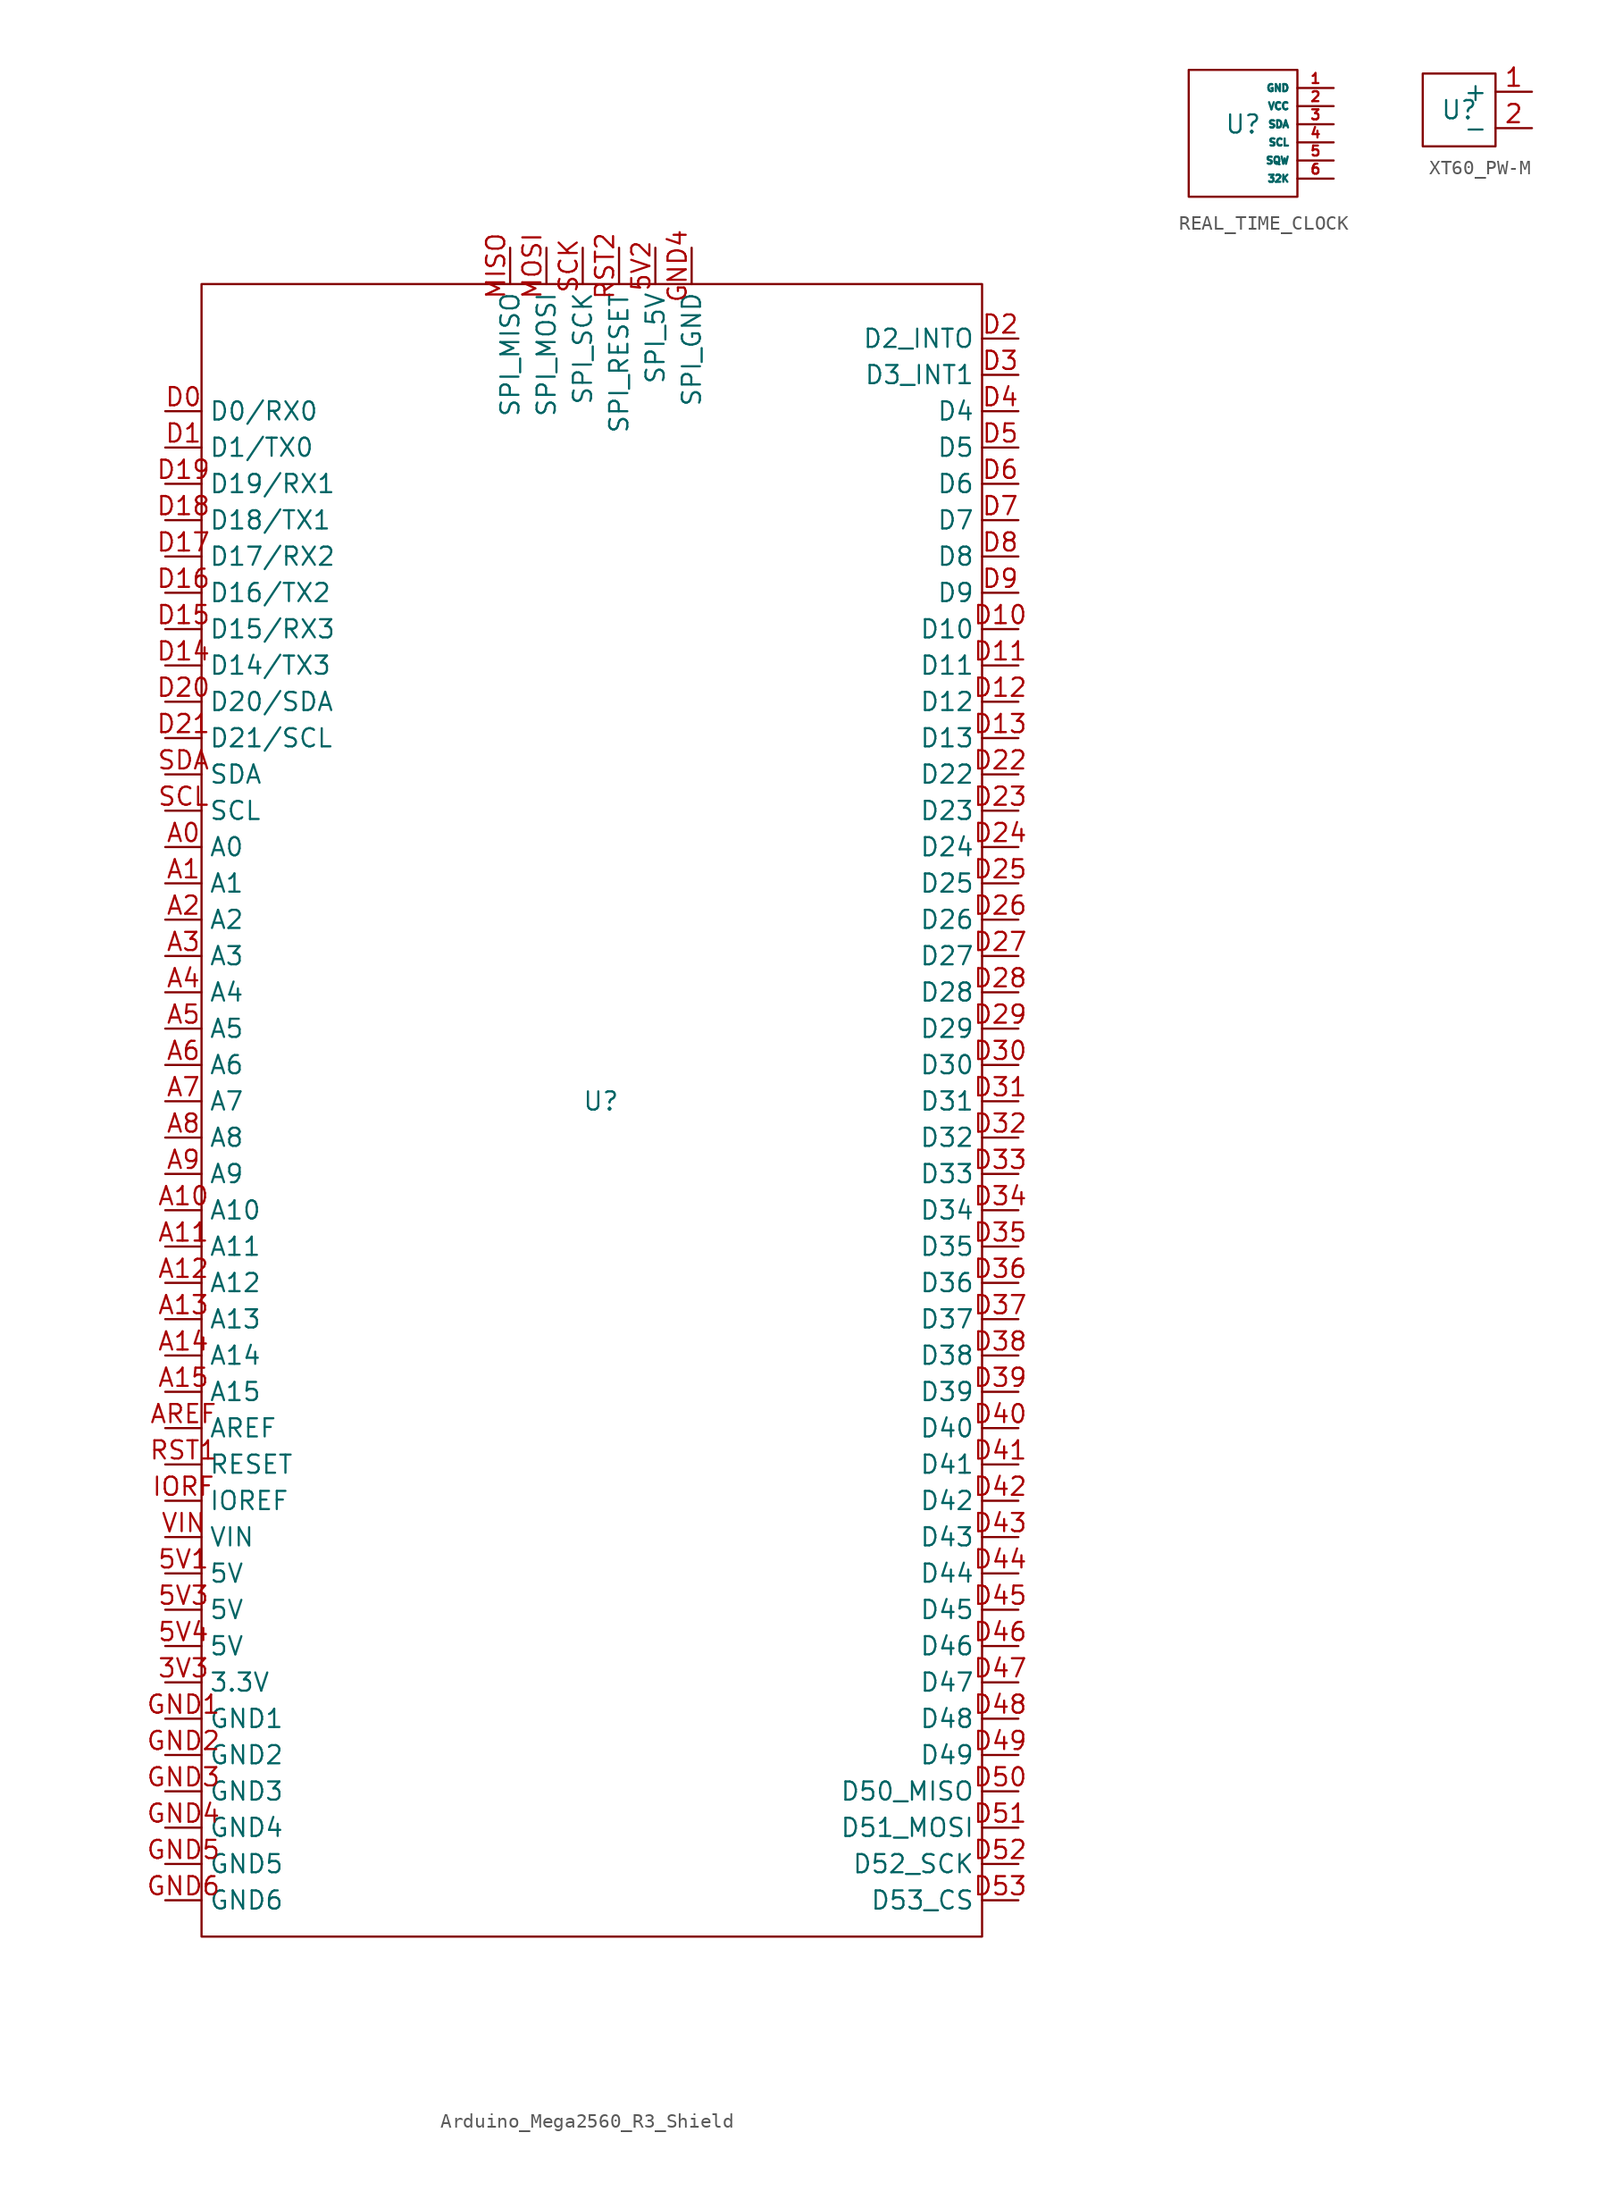
<source format=kicad_sym>
(kicad_symbol_lib
  (version 20241209)
  (generator "kicad_symbol_editor")
  (generator_version "9.0")
  (symbol "Arduino_Mega2560_R3_Shield"
    (property "Reference" "U"
      (at 0 0 0)
      (effects (font (size 1.27 1.27))))
    (property "Value" ""
      (at 0 0 0)
      (effects (font (size 1.27 1.27))))
    (symbol "Arduino_Mega2560_R3_Shield_0_1"
      (rectangle (start -27.94 57.15) (end 26.67 -58.42) (stroke (width 0) (type default)) (fill (type none))))
    (symbol "Arduino_Mega2560_R3_Shield_1_1"
      (pin input line (at -30.48 48.26 0) (length 2.54) (name "D0/RX0" (effects (font (size 1.27 1.27)))) (number "D0" (effects (font (size 1.27 1.27)))))
      (pin input line (at -30.48 45.72 0) (length 2.54) (name "D1/TX0" (effects (font (size 1.27 1.27)))) (number "D1" (effects (font (size 1.27 1.27)))))
      (pin input line (at -30.48 43.18 0) (length 2.54) (name "D19/RX1" (effects (font (size 1.27 1.27)))) (number "D19" (effects (font (size 1.27 1.27)))))
      (pin input line (at -30.48 40.64 0) (length 2.54) (name "D18/TX1" (effects (font (size 1.27 1.27)))) (number "D18" (effects (font (size 1.27 1.27)))))
      (pin input line (at -30.48 38.1 0) (length 2.54) (name "D17/RX2" (effects (font (size 1.27 1.27)))) (number "D17" (effects (font (size 1.27 1.27)))))
      (pin input line (at -30.48 35.56 0) (length 2.54) (name "D16/TX2" (effects (font (size 1.27 1.27)))) (number "D16" (effects (font (size 1.27 1.27)))))
      (pin input line (at -30.48 33.02 0) (length 2.54) (name "D15/RX3" (effects (font (size 1.27 1.27)))) (number "D15" (effects (font (size 1.27 1.27)))))
      (pin input line (at -30.48 30.48 0) (length 2.54) (name "D14/TX3" (effects (font (size 1.27 1.27)))) (number "D14" (effects (font (size 1.27 1.27)))))
      (pin input line (at -30.48 27.94 0) (length 2.54) (name "D20/SDA" (effects (font (size 1.27 1.27)))) (number "D20" (effects (font (size 1.27 1.27)))))
      (pin input line (at -30.48 25.4 0) (length 2.54) (name "D21/SCL" (effects (font (size 1.27 1.27)))) (number "D21" (effects (font (size 1.27 1.27)))))
      (pin input line (at -30.48 22.86 0) (length 2.54) (name "SDA" (effects (font (size 1.27 1.27)))) (number "SDA" (effects (font (size 1.27 1.27)))))
      (pin input line (at -30.48 20.32 0) (length 2.54) (name "SCL" (effects (font (size 1.27 1.27)))) (number "SCL" (effects (font (size 1.27 1.27)))))
      (pin input line (at -30.48 17.78 0) (length 2.54) (name "A0" (effects (font (size 1.27 1.27)))) (number "A0" (effects (font (size 1.27 1.27)))))
      (pin input line (at -30.48 15.24 0) (length 2.54) (name "A1" (effects (font (size 1.27 1.27)))) (number "A1" (effects (font (size 1.27 1.27)))))
      (pin input line (at -30.48 12.7 0) (length 2.54) (name "A2" (effects (font (size 1.27 1.27)))) (number "A2" (effects (font (size 1.27 1.27)))))
      (pin input line (at -30.48 10.16 0) (length 2.54) (name "A3" (effects (font (size 1.27 1.27)))) (number "A3" (effects (font (size 1.27 1.27)))))
      (pin input line (at -30.48 7.62 0) (length 2.54) (name "A4" (effects (font (size 1.27 1.27)))) (number "A4" (effects (font (size 1.27 1.27)))))
      (pin input line (at -30.48 5.08 0) (length 2.54) (name "A5" (effects (font (size 1.27 1.27)))) (number "A5" (effects (font (size 1.27 1.27)))))
      (pin input line (at -30.48 2.54 0) (length 2.54) (name "A6" (effects (font (size 1.27 1.27)))) (number "A6" (effects (font (size 1.27 1.27)))))
      (pin input line (at -30.48 0 0) (length 2.54) (name "A7" (effects (font (size 1.27 1.27)))) (number "A7" (effects (font (size 1.27 1.27)))))
      (pin input line (at -30.48 -2.54 0) (length 2.54) (name "A8" (effects (font (size 1.27 1.27)))) (number "A8" (effects (font (size 1.27 1.27)))))
      (pin input line (at -30.48 -5.08 0) (length 2.54) (name "A9" (effects (font (size 1.27 1.27)))) (number "A9" (effects (font (size 1.27 1.27)))))
      (pin input line (at -30.48 -7.62 0) (length 2.54) (name "A10" (effects (font (size 1.27 1.27)))) (number "A10" (effects (font (size 1.27 1.27)))))
      (pin input line (at -30.48 -10.16 0) (length 2.54) (name "A11" (effects (font (size 1.27 1.27)))) (number "A11" (effects (font (size 1.27 1.27)))))
      (pin input line (at -30.48 -12.7 0) (length 2.54) (name "A12" (effects (font (size 1.27 1.27)))) (number "A12" (effects (font (size 1.27 1.27)))))
      (pin input line (at -30.48 -15.24 0) (length 2.54) (name "A13" (effects (font (size 1.27 1.27)))) (number "A13" (effects (font (size 1.27 1.27)))))
      (pin input line (at -30.48 -17.78 0) (length 2.54) (name "A14" (effects (font (size 1.27 1.27)))) (number "A14" (effects (font (size 1.27 1.27)))))
      (pin input line (at -30.48 -20.32 0) (length 2.54) (name "A15" (effects (font (size 1.27 1.27)))) (number "A15" (effects (font (size 1.27 1.27)))))
      (pin input line (at -30.48 -22.86 0) (length 2.54) (name "AREF" (effects (font (size 1.27 1.27)))) (number "AREF" (effects (font (size 1.27 1.27)))))
      (pin input line (at -30.48 -25.4 0) (length 2.54) (name "RESET" (effects (font (size 1.27 1.27)))) (number "RST1" (effects (font (size 1.27 1.27)))))
      (pin input line (at -30.48 -27.94 0) (length 2.54) (name "IOREF" (effects (font (size 1.27 1.27)))) (number "IORF" (effects (font (size 1.27 1.27)))))
      (pin input line (at -30.48 -30.48 0) (length 2.54) (name "VIN" (effects (font (size 1.27 1.27)))) (number "VIN" (effects (font (size 1.27 1.27)))))
      (pin input line (at -30.48 -33.02 0) (length 2.54) (name "5V" (effects (font (size 1.27 1.27)))) (number "5V1" (effects (font (size 1.27 1.27)))))
      (pin input line (at -30.48 -35.56 0) (length 2.54) (name "5V" (effects (font (size 1.27 1.27)))) (number "5V3" (effects (font (size 1.27 1.27)))))
      (pin input line (at -30.48 -38.1 0) (length 2.54) (name "5V" (effects (font (size 1.27 1.27)))) (number "5V4" (effects (font (size 1.27 1.27)))))
      (pin input line (at -30.48 -40.64 0) (length 2.54) (name "3.3V" (effects (font (size 1.27 1.27)))) (number "3V3" (effects (font (size 1.27 1.27)))))
      (pin input line (at -30.48 -43.18 0) (length 2.54) (name "GND1" (effects (font (size 1.27 1.27)))) (number "GND1" (effects (font (size 1.27 1.27)))))
      (pin input line (at -30.48 -45.72 0) (length 2.54) (name "GND2" (effects (font (size 1.27 1.27)))) (number "GND2" (effects (font (size 1.27 1.27)))))
      (pin input line (at -30.48 -48.26 0) (length 2.54) (name "GND3" (effects (font (size 1.27 1.27)))) (number "GND3" (effects (font (size 1.27 1.27)))))
      (pin input line (at -30.48 -50.8 0) (length 2.54) (name "GND4" (effects (font (size 1.27 1.27)))) (number "GND4" (effects (font (size 1.27 1.27)))))
      (pin input line (at -30.48 -53.34 0) (length 2.54) (name "GND5" (effects (font (size 1.27 1.27)))) (number "GND5" (effects (font (size 1.27 1.27)))))
      (pin input line (at -30.48 -55.88 0) (length 2.54) (name "GND6" (effects (font (size 1.27 1.27)))) (number "GND6" (effects (font (size 1.27 1.27)))))
      (pin input line (at -6.35 59.69 270) (length 2.54) (name "SPI_MISO" (effects (font (size 1.27 1.27)))) (number "MISO" (effects (font (size 1.27 1.27)))))
      (pin input line (at -3.81 59.69 270) (length 2.54) (name "SPI_MOSI" (effects (font (size 1.27 1.27)))) (number "MOSI" (effects (font (size 1.27 1.27)))))
      (pin input line (at -1.27 59.69 270) (length 2.54) (name "SPI_SCK" (effects (font (size 1.27 1.27)))) (number "SCK" (effects (font (size 1.27 1.27)))))
      (pin input line (at 1.27 59.69 270) (length 2.54) (name "SPI_RESET" (effects (font (size 1.27 1.27)))) (number "RST2" (effects (font (size 1.27 1.27)))))
      (pin input line (at 3.81 59.69 270) (length 2.54) (name "SPI_5V" (effects (font (size 1.27 1.27)))) (number "5V2" (effects (font (size 1.27 1.27)))))
      (pin input line (at 6.35 59.69 270) (length 2.54) (name "SPI_GND" (effects (font (size 1.27 1.27)))) (number "GND4" (effects (font (size 1.27 1.27)))))
      (pin input line (at 29.21 53.34 180) (length 2.54) (name "D2_INTO" (effects (font (size 1.27 1.27)))) (number "D2" (effects (font (size 1.27 1.27)))))
      (pin input line (at 29.21 50.8 180) (length 2.54) (name "D3_INT1" (effects (font (size 1.27 1.27)))) (number "D3" (effects (font (size 1.27 1.27)))))
      (pin input line (at 29.21 48.26 180) (length 2.54) (name "D4" (effects (font (size 1.27 1.27)))) (number "D4" (effects (font (size 1.27 1.27)))))
      (pin input line (at 29.21 45.72 180) (length 2.54) (name "D5" (effects (font (size 1.27 1.27)))) (number "D5" (effects (font (size 1.27 1.27)))))
      (pin input line (at 29.21 43.18 180) (length 2.54) (name "D6" (effects (font (size 1.27 1.27)))) (number "D6" (effects (font (size 1.27 1.27)))))
      (pin input line (at 29.21 40.64 180) (length 2.54) (name "D7" (effects (font (size 1.27 1.27)))) (number "D7" (effects (font (size 1.27 1.27)))))
      (pin input line (at 29.21 38.1 180) (length 2.54) (name "D8" (effects (font (size 1.27 1.27)))) (number "D8" (effects (font (size 1.27 1.27)))))
      (pin input line (at 29.21 35.56 180) (length 2.54) (name "D9" (effects (font (size 1.27 1.27)))) (number "D9" (effects (font (size 1.27 1.27)))))
      (pin input line (at 29.21 33.02 180) (length 2.54) (name "D10" (effects (font (size 1.27 1.27)))) (number "D10" (effects (font (size 1.27 1.27)))))
      (pin input line (at 29.21 30.48 180) (length 2.54) (name "D11" (effects (font (size 1.27 1.27)))) (number "D11" (effects (font (size 1.27 1.27)))))
      (pin input line (at 29.21 27.94 180) (length 2.54) (name "D12" (effects (font (size 1.27 1.27)))) (number "D12" (effects (font (size 1.27 1.27)))))
      (pin input line (at 29.21 25.4 180) (length 2.54) (name "D13" (effects (font (size 1.27 1.27)))) (number "D13" (effects (font (size 1.27 1.27)))))
      (pin input line (at 29.21 22.86 180) (length 2.54) (name "D22" (effects (font (size 1.27 1.27)))) (number "D22" (effects (font (size 1.27 1.27)))))
      (pin input line (at 29.21 20.32 180) (length 2.54) (name "D23" (effects (font (size 1.27 1.27)))) (number "D23" (effects (font (size 1.27 1.27)))))
      (pin input line (at 29.21 17.78 180) (length 2.54) (name "D24" (effects (font (size 1.27 1.27)))) (number "D24" (effects (font (size 1.27 1.27)))))
      (pin input line (at 29.21 15.24 180) (length 2.54) (name "D25" (effects (font (size 1.27 1.27)))) (number "D25" (effects (font (size 1.27 1.27)))))
      (pin input line (at 29.21 12.7 180) (length 2.54) (name "D26" (effects (font (size 1.27 1.27)))) (number "D26" (effects (font (size 1.27 1.27)))))
      (pin input line (at 29.21 10.16 180) (length 2.54) (name "D27" (effects (font (size 1.27 1.27)))) (number "D27" (effects (font (size 1.27 1.27)))))
      (pin input line (at 29.21 7.62 180) (length 2.54) (name "D28" (effects (font (size 1.27 1.27)))) (number "D28" (effects (font (size 1.27 1.27)))))
      (pin input line (at 29.21 5.08 180) (length 2.54) (name "D29" (effects (font (size 1.27 1.27)))) (number "D29" (effects (font (size 1.27 1.27)))))
      (pin input line (at 29.21 2.54 180) (length 2.54) (name "D30" (effects (font (size 1.27 1.27)))) (number "D30" (effects (font (size 1.27 1.27)))))
      (pin input line (at 29.21 0 180) (length 2.54) (name "D31" (effects (font (size 1.27 1.27)))) (number "D31" (effects (font (size 1.27 1.27)))))
      (pin input line (at 29.21 -2.54 180) (length 2.54) (name "D32" (effects (font (size 1.27 1.27)))) (number "D32" (effects (font (size 1.27 1.27)))))
      (pin input line (at 29.21 -5.08 180) (length 2.54) (name "D33" (effects (font (size 1.27 1.27)))) (number "D33" (effects (font (size 1.27 1.27)))))
      (pin input line (at 29.21 -7.62 180) (length 2.54) (name "D34" (effects (font (size 1.27 1.27)))) (number "D34" (effects (font (size 1.27 1.27)))))
      (pin input line (at 29.21 -10.16 180) (length 2.54) (name "D35" (effects (font (size 1.27 1.27)))) (number "D35" (effects (font (size 1.27 1.27)))))
      (pin input line (at 29.21 -12.7 180) (length 2.54) (name "D36" (effects (font (size 1.27 1.27)))) (number "D36" (effects (font (size 1.27 1.27)))))
      (pin input line (at 29.21 -15.24 180) (length 2.54) (name "D37" (effects (font (size 1.27 1.27)))) (number "D37" (effects (font (size 1.27 1.27)))))
      (pin input line (at 29.21 -17.78 180) (length 2.54) (name "D38" (effects (font (size 1.27 1.27)))) (number "D38" (effects (font (size 1.27 1.27)))))
      (pin input line (at 29.21 -20.32 180) (length 2.54) (name "D39" (effects (font (size 1.27 1.27)))) (number "D39" (effects (font (size 1.27 1.27)))))
      (pin input line (at 29.21 -22.86 180) (length 2.54) (name "D40" (effects (font (size 1.27 1.27)))) (number "D40" (effects (font (size 1.27 1.27)))))
      (pin input line (at 29.21 -25.4 180) (length 2.54) (name "D41" (effects (font (size 1.27 1.27)))) (number "D41" (effects (font (size 1.27 1.27)))))
      (pin input line (at 29.21 -27.94 180) (length 2.54) (name "D42" (effects (font (size 1.27 1.27)))) (number "D42" (effects (font (size 1.27 1.27)))))
      (pin input line (at 29.21 -30.48 180) (length 2.54) (name "D43" (effects (font (size 1.27 1.27)))) (number "D43" (effects (font (size 1.27 1.27)))))
      (pin input line (at 29.21 -33.02 180) (length 2.54) (name "D44" (effects (font (size 1.27 1.27)))) (number "D44" (effects (font (size 1.27 1.27)))))
      (pin input line (at 29.21 -35.56 180) (length 2.54) (name "D45" (effects (font (size 1.27 1.27)))) (number "D45" (effects (font (size 1.27 1.27)))))
      (pin input line (at 29.21 -38.1 180) (length 2.54) (name "D46" (effects (font (size 1.27 1.27)))) (number "D46" (effects (font (size 1.27 1.27)))))
      (pin input line (at 29.21 -40.64 180) (length 2.54) (name "D47" (effects (font (size 1.27 1.27)))) (number "D47" (effects (font (size 1.27 1.27)))))
      (pin input line (at 29.21 -43.18 180) (length 2.54) (name "D48" (effects (font (size 1.27 1.27)))) (number "D48" (effects (font (size 1.27 1.27)))))
      (pin input line (at 29.21 -45.72 180) (length 2.54) (name "D49" (effects (font (size 1.27 1.27)))) (number "D49" (effects (font (size 1.27 1.27)))))
      (pin input line (at 29.21 -48.26 180) (length 2.54) (name "D50_MISO" (effects (font (size 1.27 1.27)))) (number "D50" (effects (font (size 1.27 1.27)))))
      (pin input line (at 29.21 -50.8 180) (length 2.54) (name "D51_MOSI" (effects (font (size 1.27 1.27)))) (number "D51" (effects (font (size 1.27 1.27)))))
      (pin input line (at 29.21 -53.34 180) (length 2.54) (name "D52_SCK" (effects (font (size 1.27 1.27)))) (number "D52" (effects (font (size 1.27 1.27)))))
      (pin input line (at 29.21 -55.88 180) (length 2.54) (name "D53_CS" (effects (font (size 1.27 1.27)))) (number "D53" (effects (font (size 1.27 1.27)))))))
  (symbol "REAL_TIME_CLOCK"
    (property "Reference" "U"
      (at 0 0 0)
      (effects (font (size 1.27 1.27))))
    (property "Value" ""
      (at 0 0 0)
      (effects (font (size 1.27 1.27))))
    (symbol "REAL_TIME_CLOCK_0_1"
      (rectangle (start -3.81 3.81) (end 3.81 -5.08) (stroke (width 0) (type default)) (fill (type none))))
    (symbol "REAL_TIME_CLOCK_1_1"
      (pin input line (at 6.35 2.54 180) (length 2.54) (name "GND" (effects (font (size 0.5 0.5)))) (number "1" (effects (font (size 0.7 0.7)))))
      (pin input line (at 6.35 1.27 180) (length 2.54) (name "VCC" (effects (font (size 0.5 0.5)))) (number "2" (effects (font (size 0.7 0.7)))))
      (pin input line (at 6.35 0 180) (length 2.54) (name "SDA" (effects (font (size 0.5 0.5)))) (number "3" (effects (font (size 0.7 0.7)))))
      (pin input line (at 6.35 -1.27 180) (length 2.54) (name "SCL" (effects (font (size 0.5 0.5)))) (number "4" (effects (font (size 0.7 0.7)))))
      (pin input line (at 6.35 -2.54 180) (length 2.54) (name "SQW" (effects (font (size 0.5 0.5)))) (number "5" (effects (font (size 0.7 0.7)))))
      (pin input line (at 6.35 -3.81 180) (length 2.54) (name "32K" (effects (font (size 0.5 0.5)))) (number "6" (effects (font (size 0.7 0.7)))))))
  (symbol "XT60_PW-M"
    (property "Reference" "U"
      (at 0 0 0)
      (effects (font (size 1.27 1.27))))
    (property "Value" ""
      (at 0 0 0)
      (effects (font (size 1.27 1.27))))
    (symbol "XT60_PW-M_0_1"
      (rectangle (start -2.54 2.54) (end 2.54 -2.54) (stroke (width 0) (type default)) (fill (type none))))
    (symbol "XT60_PW-M_1_1"
      (pin input line (at 5.08 1.27 180) (length 2.54) (name "+" (effects (font (size 1.27 1.27)))) (number "1" (effects (font (size 1.27 1.27)))))
      (pin input line (at 5.08 -1.27 180) (length 2.54) (name "-" (effects (font (size 1.27 1.27)))) (number "2" (effects (font (size 1.27 1.27))))))))
</source>
